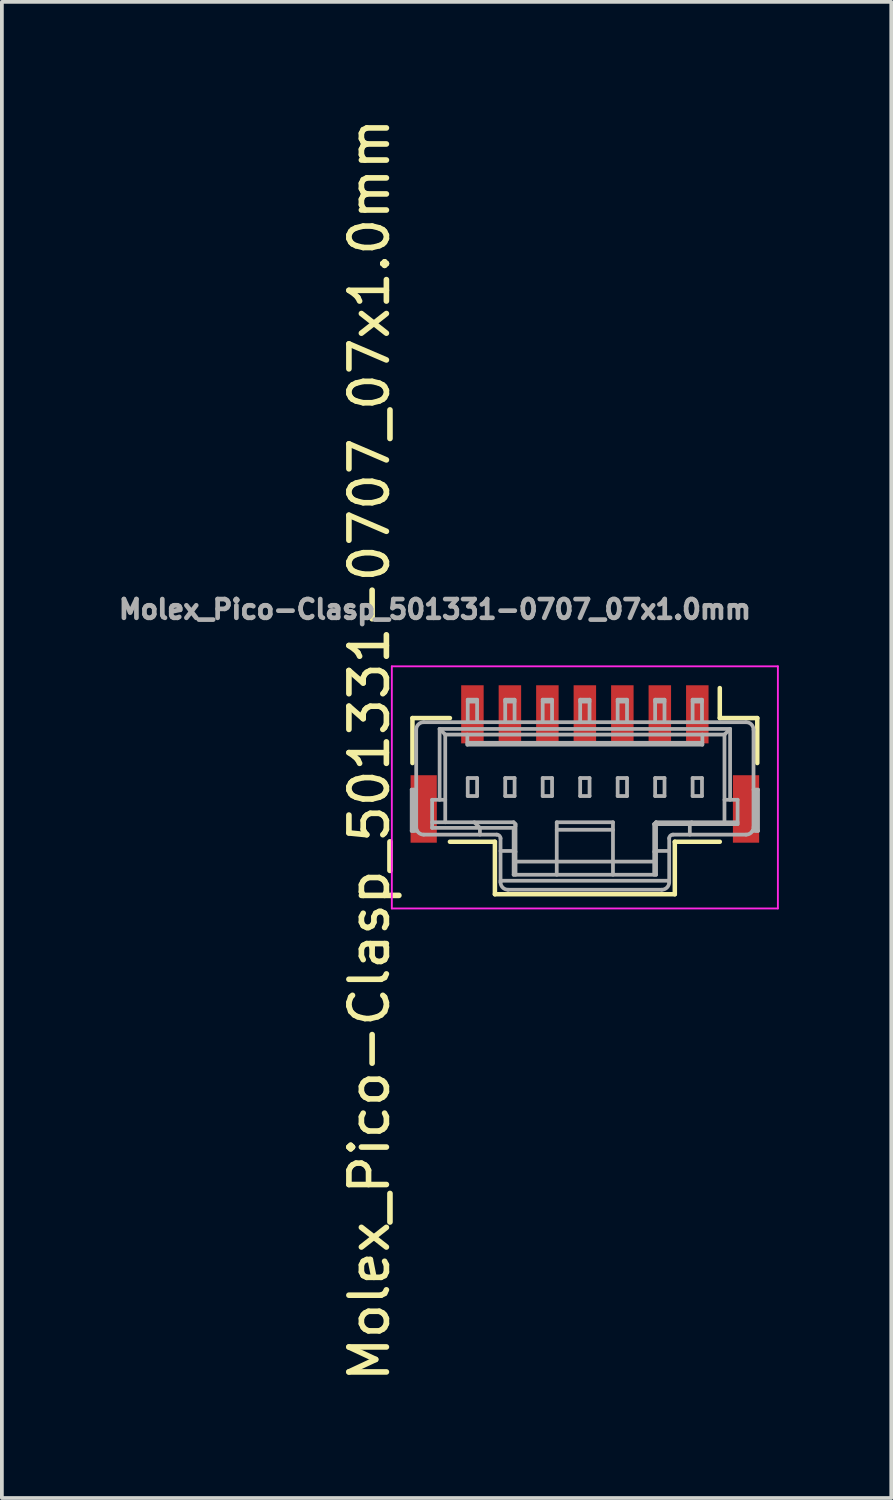
<source format=kicad_pcb>
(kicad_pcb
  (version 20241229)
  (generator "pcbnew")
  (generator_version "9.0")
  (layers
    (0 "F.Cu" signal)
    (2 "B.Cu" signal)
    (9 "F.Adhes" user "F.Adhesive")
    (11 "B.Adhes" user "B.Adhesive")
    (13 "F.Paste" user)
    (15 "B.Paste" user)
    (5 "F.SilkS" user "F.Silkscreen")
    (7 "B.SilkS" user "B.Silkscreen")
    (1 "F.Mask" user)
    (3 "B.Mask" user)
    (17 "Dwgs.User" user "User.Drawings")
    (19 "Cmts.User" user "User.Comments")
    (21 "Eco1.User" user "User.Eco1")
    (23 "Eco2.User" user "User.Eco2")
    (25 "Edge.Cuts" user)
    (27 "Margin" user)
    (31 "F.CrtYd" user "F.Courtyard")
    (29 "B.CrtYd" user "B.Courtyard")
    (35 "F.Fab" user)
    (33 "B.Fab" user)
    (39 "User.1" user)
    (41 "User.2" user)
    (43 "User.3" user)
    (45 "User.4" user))
  (footprint "Molex_Pico-Clasp_501331-0707_07x1.0mm"
    (layer "F.Cu")
    (at 12.554 17.958)
    (property "Reference" "Molex_Pico-Clasp_501331-0707_07x1.0mm" (at -5.75 -1 90) (layer "F.SilkS") (effects (font (size 1 1) (thickness 0.15))))
    (attr smd)
    (fp_line (start -4.6 -1.85) (end -3.6 -1.85) (stroke (width 0.12) (type solid)) (layer "F.SilkS"))
    (fp_line (start -4.6 -0.65) (end -4.6 -1.85) (stroke (width 0.12) (type solid)) (layer "F.SilkS"))
    (fp_line (start -2.4 1.45) (end -3.6 1.45) (stroke (width 0.12) (type solid)) (layer "F.SilkS"))
    (fp_line (start -2.4 2.85) (end -2.4 1.45) (stroke (width 0.12) (type solid)) (layer "F.SilkS"))
    (fp_line (start -2.4 2.85) (end 2.4 2.85) (stroke (width 0.12) (type solid)) (layer "F.SilkS"))
    (fp_line (start 2.4 1.45) (end 3.6 1.45) (stroke (width 0.12) (type solid)) (layer "F.SilkS"))
    (fp_line (start 2.4 2.85) (end 2.4 1.45) (stroke (width 0.12) (type solid)) (layer "F.SilkS"))
    (fp_line (start 3.6 -1.85) (end 3.6 -2.65) (stroke (width 0.12) (type solid)) (layer "F.SilkS"))
    (fp_line (start 4.6 -1.85) (end 3.6 -1.85) (stroke (width 0.12) (type solid)) (layer "F.SilkS"))
    (fp_line (start 4.6 -0.65) (end 4.6 -1.85) (stroke (width 0.12) (type solid)) (layer "F.SilkS"))
    (fp_line (start -5.15 -3.23) (end 5.15 -3.23) (stroke (width 0.05) (type solid)) (layer "F.CrtYd"))
    (fp_line (start -5.15 3.23) (end -5.15 -3.23) (stroke (width 0.05) (type solid)) (layer "F.CrtYd"))
    (fp_line (start 5.15 -3.23) (end 5.15 3.23) (stroke (width 0.05) (type solid)) (layer "F.CrtYd"))
    (fp_line (start 5.15 3.23) (end -5.15 3.23) (stroke (width 0.05) (type solid)) (layer "F.CrtYd"))
    (fp_line (start -4.62 1.16) (end -4.62 0.06) (stroke (width 0.1) (type solid)) (layer "F.Fab"))
    (fp_line (start -4.62 1.16) (end -4.473 1.16) (stroke (width 0.1) (type solid)) (layer "F.Fab"))
    (fp_line (start -4.57 0.06) (end -4.57 1.16) (stroke (width 0.1) (type solid)) (layer "F.Fab"))
    (fp_line (start -4.5 0.06) (end -4.62 0.06) (stroke (width 0.1) (type solid)) (layer "F.Fab"))
    (fp_line (start -4.5 1.06) (end -4.5 -1.54) (stroke (width 0.1) (type solid)) (layer "F.Fab"))
    (fp_line (start -4.3 -1.74) (end 4.3 -1.74) (stroke (width 0.1) (type solid)) (layer "F.Fab"))
    (fp_line (start -4.075 0.33) (end -4.075 1.08) (stroke (width 0.1) (type solid)) (layer "F.Fab"))
    (fp_line (start -4.075 0.93) (end -1.9 0.93) (stroke (width 0.1) (type solid)) (layer "F.Fab"))
    (fp_line (start -3.875 -1.56) (end -3.725 -1.41) (stroke (width 0.1) (type solid)) (layer "F.Fab"))
    (fp_line (start -3.875 0.33) (end -3.875 -1.56) (stroke (width 0.1) (type solid)) (layer "F.Fab"))
    (fp_line (start -3.725 -1.41) (end 3.725 -1.41) (stroke (width 0.1) (type solid)) (layer "F.Fab"))
    (fp_line (start -3.725 0.33) (end -4.075 0.33) (stroke (width 0.1) (type solid)) (layer "F.Fab"))
    (fp_line (start -3.725 0.93) (end -3.725 -1.41) (stroke (width 0.1) (type solid)) (layer "F.Fab"))
    (fp_line (start -3.135 -1.19) (end 3.135 -1.19) (stroke (width 0.1) (type solid)) (layer "F.Fab"))
    (fp_line (start -3.135 -1.14) (end -3.135 -1.41) (stroke (width 0.1) (type solid)) (layer "F.Fab"))
    (fp_line (start -3.125 -2.34) (end -3.125 -1.74) (stroke (width 0.1) (type solid)) (layer "F.Fab"))
    (fp_line (start -3.125 -2.34) (end -2.875 -2.34) (stroke (width 0.1) (type solid)) (layer "F.Fab"))
    (fp_line (start -3.125 -0.25) (end -3.125 0.23) (stroke (width 0.1) (type solid)) (layer "F.Fab"))
    (fp_line (start -3.125 -0.25) (end -2.875 -0.25) (stroke (width 0.1) (type solid)) (layer "F.Fab"))
    (fp_line (start -3.125 0.23) (end -2.875 0.23) (stroke (width 0.1) (type solid)) (layer "F.Fab"))
    (fp_line (start -2.875 -2.34) (end -2.875 -1.74) (stroke (width 0.1) (type solid)) (layer "F.Fab"))
    (fp_line (start -2.875 -2.29) (end -3.125 -2.29) (stroke (width 0.1) (type solid)) (layer "F.Fab"))
    (fp_line (start -2.875 -0.25) (end -2.875 0.23) (stroke (width 0.1) (type solid)) (layer "F.Fab"))
    (fp_line (start -2.8 1.08) (end -2.95 0.93) (stroke (width 0.1) (type solid)) (layer "F.Fab"))
    (fp_line (start -2.8 1.08) (end -2.8 1.26) (stroke (width 0.1) (type solid)) (layer "F.Fab"))
    (fp_line (start -2.35 1.26) (end -4.3 1.26) (stroke (width 0.1) (type solid)) (layer "F.Fab"))
    (fp_line (start -2.25 2.49) (end 2.25 2.49) (stroke (width 0.1) (type solid)) (layer "F.Fab"))
    (fp_line (start -2.25 2.53) (end -2.25 1.36) (stroke (width 0.1) (type solid)) (layer "F.Fab"))
    (fp_line (start -2.125 -2.34) (end -2.125 -1.74) (stroke (width 0.1) (type solid)) (layer "F.Fab"))
    (fp_line (start -2.125 -2.34) (end -1.875 -2.34) (stroke (width 0.1) (type solid)) (layer "F.Fab"))
    (fp_line (start -2.125 -0.25) (end -2.125 0.23) (stroke (width 0.1) (type solid)) (layer "F.Fab"))
    (fp_line (start -2.125 -0.25) (end -1.875 -0.25) (stroke (width 0.1) (type solid)) (layer "F.Fab"))
    (fp_line (start -2.125 0.23) (end -1.875 0.23) (stroke (width 0.1) (type solid)) (layer "F.Fab"))
    (fp_line (start -1.9 0.93) (end -1.85 0.98) (stroke (width 0.1) (type solid)) (layer "F.Fab"))
    (fp_line (start -1.9 1.08) (end -4.075 1.08) (stroke (width 0.1) (type solid)) (layer "F.Fab"))
    (fp_line (start -1.9 1.695) (end -2.25 1.695) (stroke (width 0.1) (type solid)) (layer "F.Fab"))
    (fp_line (start -1.9 1.695) (end -1.85 1.716) (stroke (width 0.1) (type solid)) (layer "F.Fab"))
    (fp_line (start -1.9 2.33) (end -1.9 1.08) (stroke (width 0.1) (type solid)) (layer "F.Fab"))
    (fp_line (start -1.9 2.33) (end 1.9 2.33) (stroke (width 0.1) (type solid)) (layer "F.Fab"))
    (fp_line (start -1.875 -2.34) (end -1.875 -1.74) (stroke (width 0.1) (type solid)) (layer "F.Fab"))
    (fp_line (start -1.875 -2.29) (end -2.125 -2.29) (stroke (width 0.1) (type solid)) (layer "F.Fab"))
    (fp_line (start -1.875 -0.25) (end -1.875 0.23) (stroke (width 0.1) (type solid)) (layer "F.Fab"))
    (fp_line (start -1.85 0.98) (end -1.85 2.33) (stroke (width 0.1) (type solid)) (layer "F.Fab"))
    (fp_line (start -1.85 1.03) (end -1.9 1.08) (stroke (width 0.1) (type solid)) (layer "F.Fab"))
    (fp_line (start -1.85 1.98) (end 1.85 1.98) (stroke (width 0.1) (type solid)) (layer "F.Fab"))
    (fp_line (start -1.125 -2.34) (end -1.125 -1.74) (stroke (width 0.1) (type solid)) (layer "F.Fab"))
    (fp_line (start -1.125 -2.34) (end -0.875 -2.34) (stroke (width 0.1) (type solid)) (layer "F.Fab"))
    (fp_line (start -1.125 -0.25) (end -1.125 0.23) (stroke (width 0.1) (type solid)) (layer "F.Fab"))
    (fp_line (start -1.125 -0.25) (end -0.875 -0.25) (stroke (width 0.1) (type solid)) (layer "F.Fab"))
    (fp_line (start -1.125 0.23) (end -0.875 0.23) (stroke (width 0.1) (type solid)) (layer "F.Fab"))
    (fp_line (start -0.875 -2.34) (end -0.875 -1.74) (stroke (width 0.1) (type solid)) (layer "F.Fab"))
    (fp_line (start -0.875 -2.29) (end -1.125 -2.29) (stroke (width 0.1) (type solid)) (layer "F.Fab"))
    (fp_line (start -0.875 -0.25) (end -0.875 0.23) (stroke (width 0.1) (type solid)) (layer "F.Fab"))
    (fp_line (start -0.75 0.93) (end -0.75 2.33) (stroke (width 0.1) (type solid)) (layer "F.Fab"))
    (fp_line (start -0.75 1.13) (end 0.75 1.13) (stroke (width 0.1) (type solid)) (layer "F.Fab"))
    (fp_line (start -0.125 -2.34) (end -0.125 -1.74) (stroke (width 0.1) (type solid)) (layer "F.Fab"))
    (fp_line (start -0.125 -2.34) (end 0.125 -2.34) (stroke (width 0.1) (type solid)) (layer "F.Fab"))
    (fp_line (start -0.125 -0.25) (end -0.125 0.23) (stroke (width 0.1) (type solid)) (layer "F.Fab"))
    (fp_line (start -0.125 -0.25) (end 0.125 -0.25) (stroke (width 0.1) (type solid)) (layer "F.Fab"))
    (fp_line (start -0.125 0.23) (end 0.125 0.23) (stroke (width 0.1) (type solid)) (layer "F.Fab"))
    (fp_line (start 0.125 -2.34) (end 0.125 -1.74) (stroke (width 0.1) (type solid)) (layer "F.Fab"))
    (fp_line (start 0.125 -2.29) (end -0.125 -2.29) (stroke (width 0.1) (type solid)) (layer "F.Fab"))
    (fp_line (start 0.125 -0.25) (end 0.125 0.23) (stroke (width 0.1) (type solid)) (layer "F.Fab"))
    (fp_line (start 0.75 0.93) (end -0.75 0.93) (stroke (width 0.1) (type solid)) (layer "F.Fab"))
    (fp_line (start 0.75 2.33) (end 0.75 0.93) (stroke (width 0.1) (type solid)) (layer "F.Fab"))
    (fp_line (start 0.875 -2.34) (end 0.875 -1.74) (stroke (width 0.1) (type solid)) (layer "F.Fab"))
    (fp_line (start 0.875 -2.34) (end 1.125 -2.34) (stroke (width 0.1) (type solid)) (layer "F.Fab"))
    (fp_line (start 0.875 -0.25) (end 0.875 0.23) (stroke (width 0.1) (type solid)) (layer "F.Fab"))
    (fp_line (start 0.875 -0.25) (end 1.125 -0.25) (stroke (width 0.1) (type solid)) (layer "F.Fab"))
    (fp_line (start 0.875 0.23) (end 1.125 0.23) (stroke (width 0.1) (type solid)) (layer "F.Fab"))
    (fp_line (start 1.125 -2.34) (end 1.125 -1.74) (stroke (width 0.1) (type solid)) (layer "F.Fab"))
    (fp_line (start 1.125 -2.29) (end 0.875 -2.29) (stroke (width 0.1) (type solid)) (layer "F.Fab"))
    (fp_line (start 1.125 -0.25) (end 1.125 0.23) (stroke (width 0.1) (type solid)) (layer "F.Fab"))
    (fp_line (start 1.85 1.716) (end 1.9 1.695) (stroke (width 0.1) (type solid)) (layer "F.Fab"))
    (fp_line (start 1.85 2.33) (end 1.85 0.98) (stroke (width 0.1) (type solid)) (layer "F.Fab"))
    (fp_line (start 1.875 -2.34) (end 1.875 -1.74) (stroke (width 0.1) (type solid)) (layer "F.Fab"))
    (fp_line (start 1.875 -2.34) (end 2.125 -2.34) (stroke (width 0.1) (type solid)) (layer "F.Fab"))
    (fp_line (start 1.875 -0.25) (end 1.875 0.23) (stroke (width 0.1) (type solid)) (layer "F.Fab"))
    (fp_line (start 1.875 -0.25) (end 2.125 -0.25) (stroke (width 0.1) (type solid)) (layer "F.Fab"))
    (fp_line (start 1.875 0.23) (end 2.125 0.23) (stroke (width 0.1) (type solid)) (layer "F.Fab"))
    (fp_line (start 1.9 0.93) (end 1.85 0.98) (stroke (width 0.1) (type solid)) (layer "F.Fab"))
    (fp_line (start 1.9 0.93) (end 1.9 2.33) (stroke (width 0.1) (type solid)) (layer "F.Fab"))
    (fp_line (start 1.9 0.93) (end 4.075 0.93) (stroke (width 0.1) (type solid)) (layer "F.Fab"))
    (fp_line (start 2.05 2.73) (end -2.05 2.73) (stroke (width 0.1) (type solid)) (layer "F.Fab"))
    (fp_line (start 2.125 -2.34) (end 2.125 -1.74) (stroke (width 0.1) (type solid)) (layer "F.Fab"))
    (fp_line (start 2.125 -2.29) (end 1.875 -2.29) (stroke (width 0.1) (type solid)) (layer "F.Fab"))
    (fp_line (start 2.125 -0.25) (end 2.125 0.23) (stroke (width 0.1) (type solid)) (layer "F.Fab"))
    (fp_line (start 2.25 1.36) (end 2.25 2.53) (stroke (width 0.1) (type solid)) (layer "F.Fab"))
    (fp_line (start 2.25 1.695) (end 1.9 1.695) (stroke (width 0.1) (type solid)) (layer "F.Fab"))
    (fp_line (start 2.8 1.26) (end 2.8 0.98) (stroke (width 0.1) (type solid)) (layer "F.Fab"))
    (fp_line (start 2.85 0.93) (end 2.8 0.98) (stroke (width 0.1) (type solid)) (layer "F.Fab"))
    (fp_line (start 2.875 -2.34) (end 2.875 -1.74) (stroke (width 0.1) (type solid)) (layer "F.Fab"))
    (fp_line (start 2.875 -2.34) (end 3.125 -2.34) (stroke (width 0.1) (type solid)) (layer "F.Fab"))
    (fp_line (start 2.875 -0.25) (end 2.875 0.23) (stroke (width 0.1) (type solid)) (layer "F.Fab"))
    (fp_line (start 2.875 -0.25) (end 3.125 -0.25) (stroke (width 0.1) (type solid)) (layer "F.Fab"))
    (fp_line (start 2.875 0.23) (end 3.125 0.23) (stroke (width 0.1) (type solid)) (layer "F.Fab"))
    (fp_line (start 3.125 -2.34) (end 3.125 -1.74) (stroke (width 0.1) (type solid)) (layer "F.Fab"))
    (fp_line (start 3.125 -2.29) (end 2.875 -2.29) (stroke (width 0.1) (type solid)) (layer "F.Fab"))
    (fp_line (start 3.125 -0.25) (end 3.125 0.23) (stroke (width 0.1) (type solid)) (layer "F.Fab"))
    (fp_line (start 3.135 -1.14) (end -3.135 -1.14) (stroke (width 0.1) (type solid)) (layer "F.Fab"))
    (fp_line (start 3.135 -1.14) (end 3.135 -1.41) (stroke (width 0.1) (type solid)) (layer "F.Fab"))
    (fp_line (start 3.725 -1.41) (end 3.875 -1.56) (stroke (width 0.1) (type solid)) (layer "F.Fab"))
    (fp_line (start 3.725 0.93) (end 3.725 -1.41) (stroke (width 0.1) (type solid)) (layer "F.Fab"))
    (fp_line (start 3.875 -1.56) (end -3.875 -1.56) (stroke (width 0.1) (type solid)) (layer "F.Fab"))
    (fp_line (start 3.875 -1.56) (end 3.875 0.33) (stroke (width 0.1) (type solid)) (layer "F.Fab"))
    (fp_line (start 4.075 0.33) (end 3.725 0.33) (stroke (width 0.1) (type solid)) (layer "F.Fab"))
    (fp_line (start 4.075 0.33) (end 4.075 0.98) (stroke (width 0.1) (type solid)) (layer "F.Fab"))
    (fp_line (start 4.075 0.98) (end 1.85 0.98) (stroke (width 0.1) (type solid)) (layer "F.Fab"))
    (fp_line (start 4.3 1.26) (end 2.35 1.26) (stroke (width 0.1) (type solid)) (layer "F.Fab"))
    (fp_line (start 4.473 1.16) (end 4.62 1.16) (stroke (width 0.1) (type solid)) (layer "F.Fab"))
    (fp_line (start 4.5 -1.54) (end 4.5 1.06) (stroke (width 0.1) (type solid)) (layer "F.Fab"))
    (fp_line (start 4.57 1.16) (end 4.57 0.06) (stroke (width 0.1) (type solid)) (layer "F.Fab"))
    (fp_line (start 4.62 0.06) (end 4.5 0.06) (stroke (width 0.1) (type solid)) (layer "F.Fab"))
    (fp_line (start 4.62 0.06) (end 4.62 1.16) (stroke (width 0.1) (type solid)) (layer "F.Fab"))
    (fp_arc (start -4.5 -1.54) (mid -4.441421 -1.681421) (end -4.3 -1.74) (stroke (width 0.1) (type solid)) (layer "F.Fab"))
    (fp_arc (start -4.3 1.26) (mid -4.441421 1.201421) (end -4.5 1.06) (stroke (width 0.1) (type solid)) (layer "F.Fab"))
    (fp_arc (start -2.35 1.26) (mid -2.279289 1.289289) (end -2.25 1.36) (stroke (width 0.1) (type solid)) (layer "F.Fab"))
    (fp_arc (start -2.05 2.73) (mid -2.191421 2.671421) (end -2.25 2.53) (stroke (width 0.1) (type solid)) (layer "F.Fab"))
    (fp_arc (start 2.25 1.36) (mid 2.279289 1.289289) (end 2.35 1.26) (stroke (width 0.1) (type solid)) (layer "F.Fab"))
    (fp_arc (start 2.25 2.53) (mid 2.191421 2.671421) (end 2.05 2.73) (stroke (width 0.1) (type solid)) (layer "F.Fab"))
    (fp_arc (start 4.3 -1.74) (mid 4.441421 -1.681421) (end 4.5 -1.54) (stroke (width 0.1) (type solid)) (layer "F.Fab"))
    (fp_arc (start 4.5 1.06) (mid 4.441421 1.201421) (end 4.3 1.26) (stroke (width 0.1) (type solid)) (layer "F.Fab"))
    (fp_text user "${REFERENCE}" (at -4 -4.75 0) (layer "F.Fab") (effects (font (size 0.5 0.5) (thickness 0.125))))
    (pad "1" smd rect (at 3 -1.95) (size 0.6 1.55) (layers "F.Cu" "F.Mask" "F.Paste"))
    (pad "2" smd rect (at 2 -1.95) (size 0.6 1.55) (layers "F.Cu" "F.Mask" "F.Paste"))
    (pad "3" smd rect (at 1 -1.95) (size 0.6 1.55) (layers "F.Cu" "F.Mask" "F.Paste"))
    (pad "4" smd rect (at 0 -1.95) (size 0.6 1.55) (layers "F.Cu" "F.Mask" "F.Paste"))
    (pad "5" smd rect (at -1 -1.95) (size 0.6 1.55) (layers "F.Cu" "F.Mask" "F.Paste"))
    (pad "6" smd rect (at -2 -1.95) (size 0.6 1.55) (layers "F.Cu" "F.Mask" "F.Paste"))
    (pad "7" smd rect (at -3 -1.95) (size 0.6 1.55) (layers "F.Cu" "F.Mask" "F.Paste"))
    (pad "8" smd rect (at -4.3 0.575) (size 0.7 1.8) (layers "F.Cu" "F.Mask" "F.Paste"))
    (pad "8" smd rect (at 4.3 0.575) (size 0.7 1.8) (layers "F.Cu" "F.Mask" "F.Paste")))
  (gr_rect
    (start -3 -3)
    (end 20.729 36.917)
    (stroke (width 0.1) (type default))
    (fill no)
    (layer "Edge.Cuts")))
</source>
